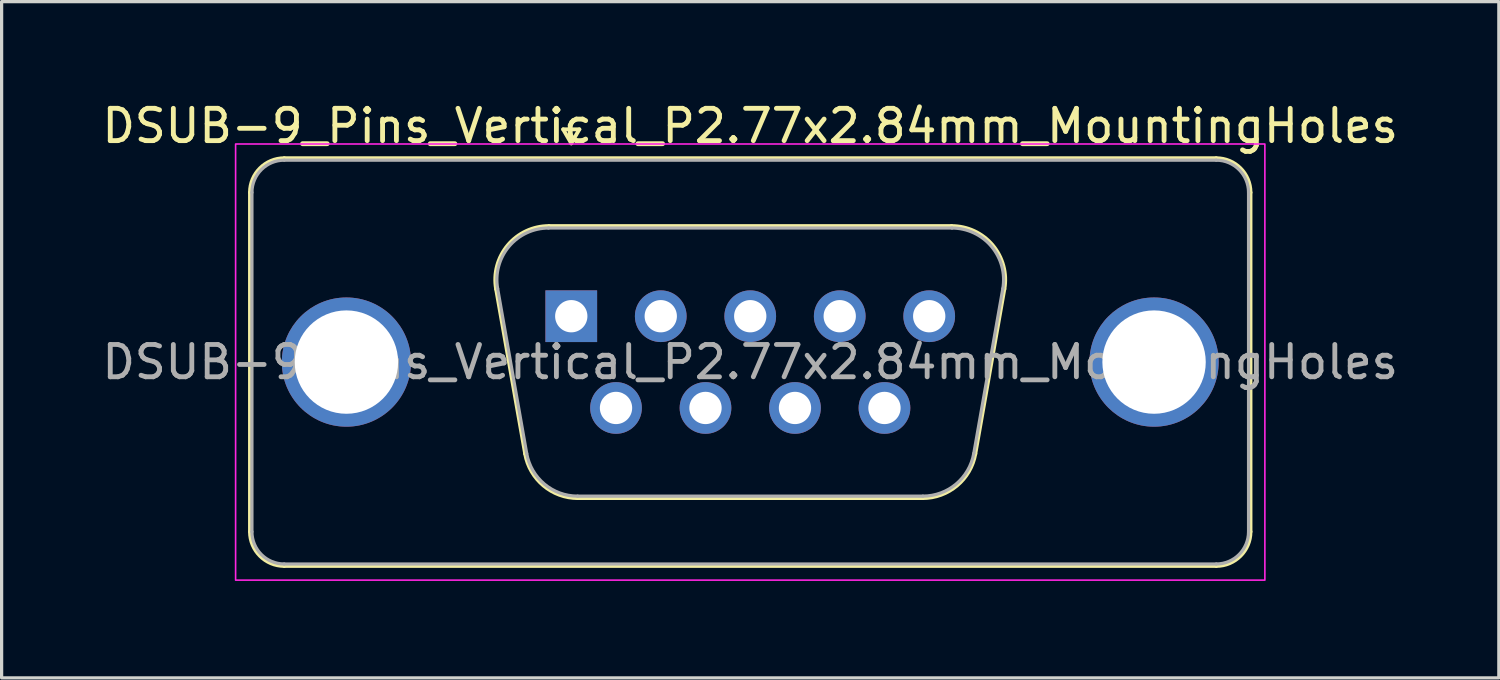
<source format=kicad_pcb>
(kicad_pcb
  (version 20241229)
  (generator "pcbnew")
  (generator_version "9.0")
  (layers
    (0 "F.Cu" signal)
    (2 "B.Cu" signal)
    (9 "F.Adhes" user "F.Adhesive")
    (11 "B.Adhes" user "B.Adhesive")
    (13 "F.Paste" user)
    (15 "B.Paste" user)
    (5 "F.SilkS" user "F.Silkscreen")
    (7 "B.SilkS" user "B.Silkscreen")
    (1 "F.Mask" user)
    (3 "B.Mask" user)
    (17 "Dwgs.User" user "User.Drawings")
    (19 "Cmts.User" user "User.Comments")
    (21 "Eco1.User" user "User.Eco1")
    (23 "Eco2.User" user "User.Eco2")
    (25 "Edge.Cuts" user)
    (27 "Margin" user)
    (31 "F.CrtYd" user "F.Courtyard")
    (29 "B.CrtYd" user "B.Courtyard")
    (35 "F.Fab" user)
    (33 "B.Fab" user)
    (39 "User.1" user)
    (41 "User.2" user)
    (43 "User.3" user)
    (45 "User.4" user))
  (footprint "DSUB-9_Pins_Vertical_P2.77x2.84mm_MountingHoles"
    (layer "F.Cu")
    (at 14.633 6.738)
    (property "Reference" "DSUB-9_Pins_Vertical_P2.77x2.84mm_MountingHoles" (at 5.54 -5.89 0) (layer "F.SilkS") (effects (font (size 1 1) (thickness 0.15))))
    (attr through_hole)
    (fp_line (start -9.945 6.67) (end -9.945 -3.83) (stroke (width 0.12) (type solid)) (layer "F.SilkS"))
    (fp_line (start -8.885 -4.89) (end 19.965 -4.89) (stroke (width 0.12) (type solid)) (layer "F.SilkS"))
    (fp_line (start -1.427 4.258) (end -2.326 -0.842) (stroke (width 0.12) (type solid)) (layer "F.SilkS"))
    (fp_line (start -0.692 -2.79) (end 11.772 -2.79) (stroke (width 0.12) (type solid)) (layer "F.SilkS"))
    (fp_line (start -0.25 -5.784) (end 0.25 -5.784) (stroke (width 0.12) (type solid)) (layer "F.SilkS"))
    (fp_line (start 0 -5.351) (end -0.25 -5.784) (stroke (width 0.12) (type solid)) (layer "F.SilkS"))
    (fp_line (start 0.25 -5.784) (end 0 -5.351) (stroke (width 0.12) (type solid)) (layer "F.SilkS"))
    (fp_line (start 10.872 5.63) (end 0.208 5.63) (stroke (width 0.12) (type solid)) (layer "F.SilkS"))
    (fp_line (start 13.406 -0.842) (end 12.507 4.258) (stroke (width 0.12) (type solid)) (layer "F.SilkS"))
    (fp_line (start 19.965 7.73) (end -8.885 7.73) (stroke (width 0.12) (type solid)) (layer "F.SilkS"))
    (fp_line (start 21.025 -3.83) (end 21.025 6.67) (stroke (width 0.12) (type solid)) (layer "F.SilkS"))
    (fp_arc (start -9.945 -3.83) (mid -9.634533 -4.579533) (end -8.885 -4.89) (stroke (width 0.12) (type solid)) (layer "F.SilkS"))
    (fp_arc (start -8.885 7.73) (mid -9.634533 7.419533) (end -9.945 6.67) (stroke (width 0.12) (type solid)) (layer "F.SilkS"))
    (fp_arc (start -2.32647 -0.841744) (mid -1.963323 -2.197027) (end -0.691689 -2.79) (stroke (width 0.12) (type solid)) (layer "F.SilkS"))
    (fp_arc (start 0.207579 5.63) (mid -0.859449 5.241634) (end -1.427202 4.258256) (stroke (width 0.12) (type solid)) (layer "F.SilkS"))
    (fp_arc (start 11.771689 -2.79) (mid 13.043323 -2.197027) (end 13.40647 -0.841744) (stroke (width 0.12) (type solid)) (layer "F.SilkS"))
    (fp_arc (start 12.507202 4.258256) (mid 11.939449 5.241634) (end 10.872421 5.63) (stroke (width 0.12) (type solid)) (layer "F.SilkS"))
    (fp_arc (start 19.965 -4.89) (mid 20.714533 -4.579533) (end 21.025 -3.83) (stroke (width 0.12) (type solid)) (layer "F.SilkS"))
    (fp_arc (start 21.025 6.67) (mid 20.714533 7.419533) (end 19.965 7.73) (stroke (width 0.12) (type solid)) (layer "F.SilkS"))
    (fp_rect (start -10.39 -5.33) (end 21.47 8.17) (stroke (width 0.05) (type solid)) (fill no) (layer "F.CrtYd"))
    (fp_line (start -9.885 6.67) (end -9.885 -3.83) (stroke (width 0.1) (type solid)) (layer "F.Fab"))
    (fp_line (start -8.885 -4.83) (end 19.965 -4.83) (stroke (width 0.1) (type solid)) (layer "F.Fab"))
    (fp_line (start -1.38 4.248) (end -2.279 -0.852) (stroke (width 0.1) (type solid)) (layer "F.Fab"))
    (fp_line (start -0.703 -2.73) (end 11.783 -2.73) (stroke (width 0.1) (type solid)) (layer "F.Fab"))
    (fp_line (start 10.884 5.57) (end 0.196 5.57) (stroke (width 0.1) (type solid)) (layer "F.Fab"))
    (fp_line (start 13.359 -0.852) (end 12.46 4.248) (stroke (width 0.1) (type solid)) (layer "F.Fab"))
    (fp_line (start 19.965 7.67) (end -8.885 7.67) (stroke (width 0.1) (type solid)) (layer "F.Fab"))
    (fp_line (start 20.965 -3.83) (end 20.965 6.67) (stroke (width 0.1) (type solid)) (layer "F.Fab"))
    (fp_arc (start -9.885 -3.83) (mid -9.592107 -4.537107) (end -8.885 -4.83) (stroke (width 0.1) (type solid)) (layer "F.Fab"))
    (fp_arc (start -8.885 7.67) (mid -9.592107 7.377107) (end -9.885 6.67) (stroke (width 0.1) (type solid)) (layer "F.Fab"))
    (fp_arc (start -2.278887 -0.852163) (mid -1.928865 -2.15846) (end -0.703194 -2.73) (stroke (width 0.1) (type solid)) (layer "F.Fab"))
    (fp_arc (start 0.196073 5.57) (mid -0.832387 5.195671) (end -1.379619 4.247837) (stroke (width 0.1) (type solid)) (layer "F.Fab"))
    (fp_arc (start 11.783194 -2.73) (mid 13.008865 -2.15846) (end 13.358887 -0.852163) (stroke (width 0.1) (type solid)) (layer "F.Fab"))
    (fp_arc (start 12.459619 4.247837) (mid 11.912387 5.195671) (end 10.883927 5.57) (stroke (width 0.1) (type solid)) (layer "F.Fab"))
    (fp_arc (start 19.965 -4.83) (mid 20.672107 -4.537107) (end 20.965 -3.83) (stroke (width 0.1) (type solid)) (layer "F.Fab"))
    (fp_arc (start 20.965 6.67) (mid 20.672107 7.377107) (end 19.965 7.67) (stroke (width 0.1) (type solid)) (layer "F.Fab"))
    (fp_text user "${REFERENCE}" (at 5.54 1.42 0) (layer "F.Fab") (effects (font (size 1 1) (thickness 0.15))))
    (pad "1" thru_hole rect (at 0 0) (size 1.6 1.6) (drill 1) (layers "*.Cu" "*.Mask"))
    (pad "2" thru_hole circle (at 2.77 0) (size 1.6 1.6) (drill 1) (layers "*.Cu" "*.Mask"))
    (pad "3" thru_hole circle (at 5.54 0) (size 1.6 1.6) (drill 1) (layers "*.Cu" "*.Mask"))
    (pad "4" thru_hole circle (at 8.31 0) (size 1.6 1.6) (drill 1) (layers "*.Cu" "*.Mask"))
    (pad "5" thru_hole circle (at 11.08 0) (size 1.6 1.6) (drill 1) (layers "*.Cu" "*.Mask"))
    (pad "6" thru_hole circle (at 1.385 2.84) (size 1.6 1.6) (drill 1) (layers "*.Cu" "*.Mask"))
    (pad "7" thru_hole circle (at 4.155 2.84) (size 1.6 1.6) (drill 1) (layers "*.Cu" "*.Mask"))
    (pad "8" thru_hole circle (at 6.925 2.84) (size 1.6 1.6) (drill 1) (layers "*.Cu" "*.Mask"))
    (pad "9" thru_hole circle (at 9.695 2.84) (size 1.6 1.6) (drill 1) (layers "*.Cu" "*.Mask"))
    (pad "SH" thru_hole circle (at -6.96 1.42) (size 4 4) (drill 3.2) (layers "*.Cu" "*.Mask"))
    (pad "SH" thru_hole circle (at 18.04 1.42) (size 4 4) (drill 3.2) (layers "*.Cu" "*.Mask")))
  (gr_rect
    (start -3 -3)
    (end 43.345 17.933)
    (stroke (width 0.1) (type default))
    (fill no)
    (layer "Edge.Cuts")))
</source>
